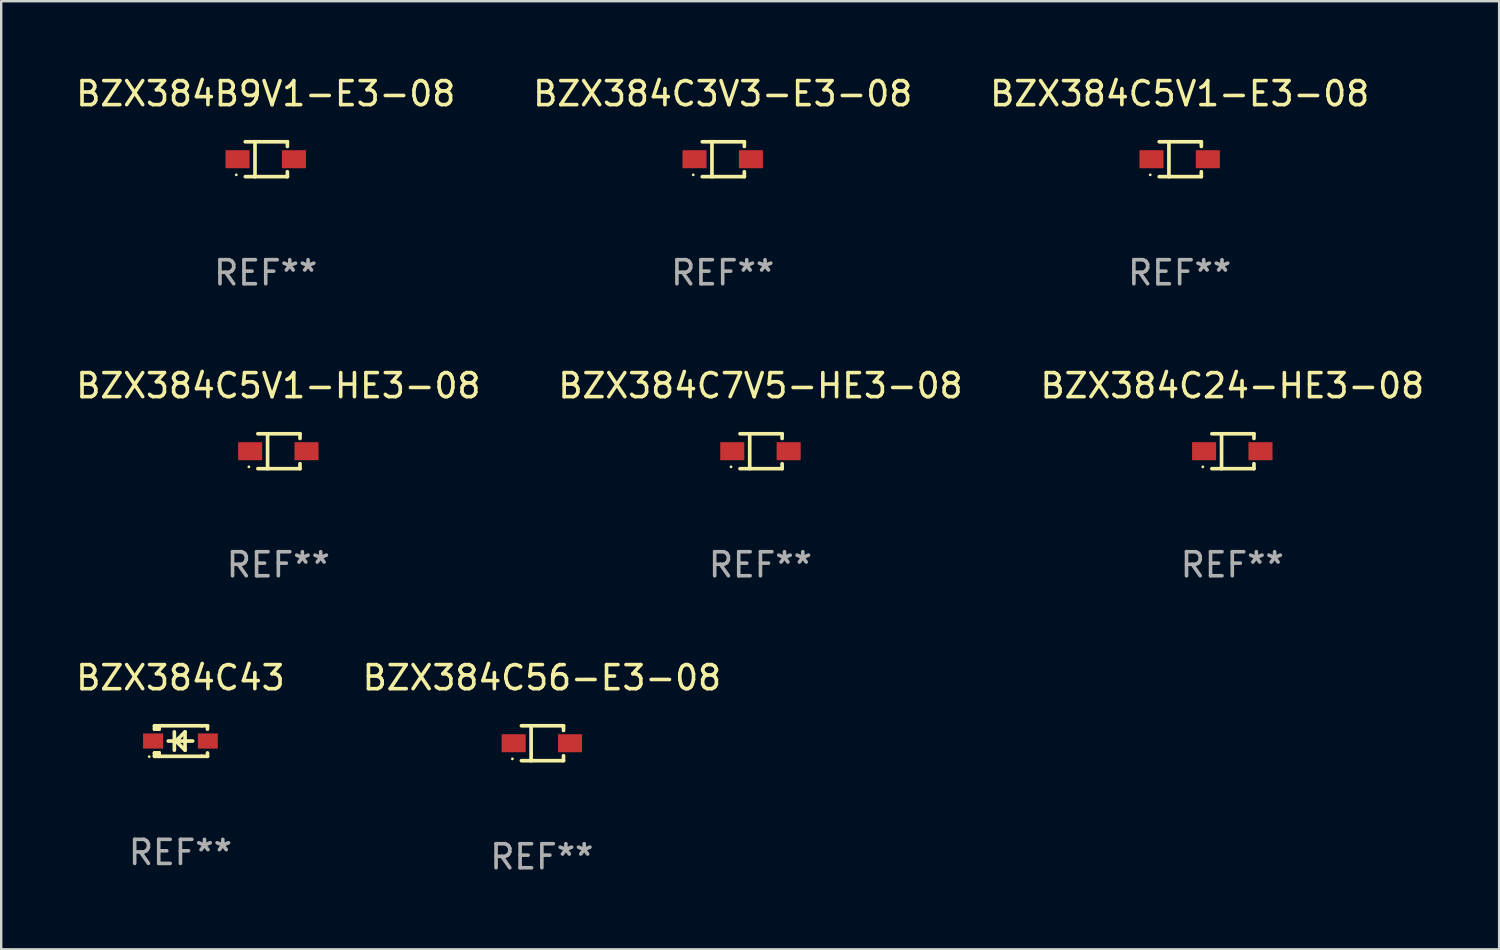
<source format=kicad_pcb>
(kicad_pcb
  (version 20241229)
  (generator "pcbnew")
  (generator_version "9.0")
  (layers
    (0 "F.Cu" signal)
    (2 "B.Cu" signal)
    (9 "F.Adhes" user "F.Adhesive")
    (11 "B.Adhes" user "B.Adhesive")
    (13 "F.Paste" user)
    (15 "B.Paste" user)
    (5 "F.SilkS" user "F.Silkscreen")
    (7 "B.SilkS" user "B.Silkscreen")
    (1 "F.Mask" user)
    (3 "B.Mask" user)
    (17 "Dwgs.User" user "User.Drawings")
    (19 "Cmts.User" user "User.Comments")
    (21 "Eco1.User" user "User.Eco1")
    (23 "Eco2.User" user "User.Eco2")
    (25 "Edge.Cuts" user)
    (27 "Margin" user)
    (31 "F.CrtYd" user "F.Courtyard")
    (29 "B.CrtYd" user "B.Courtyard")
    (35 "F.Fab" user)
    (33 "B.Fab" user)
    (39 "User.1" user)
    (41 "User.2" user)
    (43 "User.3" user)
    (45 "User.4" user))
  (footprint "BZX384C24-HE3-08"
    (layer "F.Cu")
    (at 48.22 15.723)
    (property "Reference" "BZX384C24-HE3-08" (at 0 -2.726 0) (layer "F.SilkS") (effects (font (size 1 1) (thickness 0.15))))
    (attr through_hole)
    (fp_line (start -0.851 -0.726) (end 0.901 -0.726) (stroke (width 0.152) (type solid)) (layer "F.SilkS"))
    (fp_line (start -0.851 0.726) (end 0.901 0.726) (stroke (width 0.152) (type solid)) (layer "F.SilkS"))
    (fp_line (start -0.447 -0.726) (end -0.447 0.726) (stroke (width 0.152) (type solid)) (layer "F.SilkS"))
    (fp_line (start 0.901 -0.726) (end 0.901 -0.53) (stroke (width 0.152) (type solid)) (layer "F.SilkS"))
    (fp_line (start 0.901 0.726) (end 0.901 0.52) (stroke (width 0.152) (type solid)) (layer "F.SilkS"))
    (fp_circle (center -1.225 0.65) (end -1.195 0.65) (stroke (width 0.06) (type solid)) (fill no) (layer "F.SilkS"))
    (fp_text user "REF**" (at 0 4.726 0) (layer "F.Fab") (effects (font (size 1 1) (thickness 0.15))))
    (pad "1" smd rect (at -1.173 0) (size 1 0.75) (layers "F.Cu" "F.Mask" "F.Paste"))
    (pad "2" smd rect (at 1.173 0) (size 1 0.75) (layers "F.Cu" "F.Mask" "F.Paste")))
  (footprint "BZX384C56-E3-08"
    (layer "F.Cu")
    (at 19.494 27.872)
    (property "Reference" "BZX384C56-E3-08" (at 0 -2.726 0) (layer "F.SilkS") (effects (font (size 1 1) (thickness 0.15))))
    (attr through_hole)
    (fp_line (start -0.851 -0.726) (end 0.901 -0.726) (stroke (width 0.152) (type solid)) (layer "F.SilkS"))
    (fp_line (start -0.851 0.726) (end 0.901 0.726) (stroke (width 0.152) (type solid)) (layer "F.SilkS"))
    (fp_line (start -0.447 -0.726) (end -0.447 0.726) (stroke (width 0.152) (type solid)) (layer "F.SilkS"))
    (fp_line (start 0.901 -0.726) (end 0.901 -0.53) (stroke (width 0.152) (type solid)) (layer "F.SilkS"))
    (fp_line (start 0.901 0.726) (end 0.901 0.52) (stroke (width 0.152) (type solid)) (layer "F.SilkS"))
    (fp_circle (center -1.225 0.65) (end -1.195 0.65) (stroke (width 0.06) (type solid)) (fill no) (layer "F.SilkS"))
    (fp_text user "REF**" (at 0 4.726 0) (layer "F.Fab") (effects (font (size 1 1) (thickness 0.15))))
    (pad "1" smd rect (at -1.173 0) (size 1 0.75) (layers "F.Cu" "F.Mask" "F.Paste"))
    (pad "2" smd rect (at 1.173 0) (size 1 0.75) (layers "F.Cu" "F.Mask" "F.Paste")))
  (footprint "BZX384C43"
    (layer "F.Cu")
    (at 4.458 27.781)
    (property "Reference" "BZX384C43" (at 0 -2.635 0) (layer "F.SilkS") (effects (font (size 1 1) (thickness 0.15))))
    (attr through_hole)
    (fp_line (start -1.08 -0.635) (end -1.08 -0.495) (stroke (width 0.152) (type solid)) (layer "F.SilkS"))
    (fp_line (start -1.08 0.495) (end -1.08 0.635) (stroke (width 0.152) (type solid)) (layer "F.SilkS"))
    (fp_line (start -1.08 0.495) (end -0.889 0.495) (stroke (width 0.152) (type solid)) (layer "F.SilkS"))
    (fp_line (start -1.08 0.635) (end -0.889 0.635) (stroke (width 0.152) (type solid)) (layer "F.SilkS"))
    (fp_line (start -1.003 0.635) (end -0.986 0.635) (stroke (width 0.152) (type solid)) (layer "F.SilkS"))
    (fp_line (start -0.986 -0.495) (end -0.986 -0.635) (stroke (width 0.152) (type solid)) (layer "F.SilkS"))
    (fp_line (start -0.986 0.635) (end -0.986 0.495) (stroke (width 0.152) (type solid)) (layer "F.SilkS"))
    (fp_line (start -0.889 -0.635) (end -1.08 -0.635) (stroke (width 0.152) (type solid)) (layer "F.SilkS"))
    (fp_line (start -0.889 -0.635) (end -0.889 -0.595) (stroke (width 0.152) (type solid)) (layer "F.SilkS"))
    (fp_line (start -0.889 -0.635) (end 0.889 -0.635) (stroke (width 0.152) (type solid)) (layer "F.SilkS"))
    (fp_line (start -0.889 -0.595) (end -0.889 -0.495) (stroke (width 0.152) (type solid)) (layer "F.SilkS"))
    (fp_line (start -0.889 -0.495) (end -1.08 -0.495) (stroke (width 0.152) (type solid)) (layer "F.SilkS"))
    (fp_line (start -0.889 0.495) (end -0.889 0.595) (stroke (width 0.152) (type solid)) (layer "F.SilkS"))
    (fp_line (start -0.889 0.495) (end -0.889 0.495) (stroke (width 0.152) (type solid)) (layer "F.SilkS"))
    (fp_line (start -0.889 0.595) (end -0.889 0.635) (stroke (width 0.152) (type solid)) (layer "F.SilkS"))
    (fp_line (start -0.889 0.635) (end 0.889 0.635) (stroke (width 0.152) (type solid)) (layer "F.SilkS"))
    (fp_line (start -0.254 -0.381) (end -0.254 0.381) (stroke (width 0.152) (type solid)) (layer "F.SilkS"))
    (fp_line (start -0.191 0) (end -0.191 0) (stroke (width 0.152) (type solid)) (layer "F.SilkS"))
    (fp_line (start -0.191 0) (end 0.191 -0.381) (stroke (width 0.152) (type solid)) (layer "F.SilkS"))
    (fp_line (start 0.191 -0.381) (end 0.191 0.381) (stroke (width 0.152) (type solid)) (layer "F.SilkS"))
    (fp_line (start 0.191 0.381) (end -0.191 0) (stroke (width 0.152) (type solid)) (layer "F.SilkS"))
    (fp_line (start 0.508 0) (end -0.508 0) (stroke (width 0.152) (type solid)) (layer "F.SilkS"))
    (fp_line (start 0.889 -0.635) (end 1.125 -0.635) (stroke (width 0.152) (type solid)) (layer "F.SilkS"))
    (fp_line (start 1.125 -0.635) (end 1.125 -0.495) (stroke (width 0.152) (type solid)) (layer "F.SilkS"))
    (fp_line (start 1.125 0.495) (end 1.125 0.635) (stroke (width 0.152) (type solid)) (layer "F.SilkS"))
    (fp_line (start 1.125 0.635) (end 0.889 0.635) (stroke (width 0.152) (type solid)) (layer "F.SilkS"))
    (fp_circle (center -1.3 0.65) (end -1.27 0.65) (stroke (width 0.06) (type solid)) (fill no) (layer "F.SilkS"))
    (fp_text user "REF**" (at 0 4.635 0) (layer "F.Fab") (effects (font (size 1 1) (thickness 0.15))))
    (pad "1" smd rect (at -1.14 0 90) (size 0.63 0.83) (layers "F.Cu" "F.Mask" "F.Paste"))
    (pad "2" smd rect (at 1.14 0 90) (size 0.63 0.83) (layers "F.Cu" "F.Mask" "F.Paste")))
  (footprint "BZX384C3V3-E3-08"
    (layer "F.Cu")
    (at 27.018 3.574)
    (property "Reference" "BZX384C3V3-E3-08" (at 0 -2.726 0) (layer "F.SilkS") (effects (font (size 1 1) (thickness 0.15))))
    (attr through_hole)
    (fp_line (start -0.851 -0.726) (end 0.901 -0.726) (stroke (width 0.152) (type solid)) (layer "F.SilkS"))
    (fp_line (start -0.851 0.726) (end 0.901 0.726) (stroke (width 0.152) (type solid)) (layer "F.SilkS"))
    (fp_line (start -0.447 -0.726) (end -0.447 0.726) (stroke (width 0.152) (type solid)) (layer "F.SilkS"))
    (fp_line (start 0.901 -0.726) (end 0.901 -0.53) (stroke (width 0.152) (type solid)) (layer "F.SilkS"))
    (fp_line (start 0.901 0.726) (end 0.901 0.52) (stroke (width 0.152) (type solid)) (layer "F.SilkS"))
    (fp_circle (center -1.225 0.65) (end -1.195 0.65) (stroke (width 0.06) (type solid)) (fill no) (layer "F.SilkS"))
    (fp_text user "REF**" (at 0 4.726 0) (layer "F.Fab") (effects (font (size 1 1) (thickness 0.15))))
    (pad "1" smd rect (at -1.173 0) (size 1 0.75) (layers "F.Cu" "F.Mask" "F.Paste"))
    (pad "2" smd rect (at 1.173 0) (size 1 0.75) (layers "F.Cu" "F.Mask" "F.Paste")))
  (footprint "BZX384C5V1-HE3-08"
    (layer "F.Cu")
    (at 8.53 15.723)
    (property "Reference" "BZX384C5V1-HE3-08" (at 0 -2.726 0) (layer "F.SilkS") (effects (font (size 1 1) (thickness 0.15))))
    (attr through_hole)
    (fp_line (start -0.851 -0.726) (end 0.901 -0.726) (stroke (width 0.152) (type solid)) (layer "F.SilkS"))
    (fp_line (start -0.851 0.726) (end 0.901 0.726) (stroke (width 0.152) (type solid)) (layer "F.SilkS"))
    (fp_line (start -0.447 -0.726) (end -0.447 0.726) (stroke (width 0.152) (type solid)) (layer "F.SilkS"))
    (fp_line (start 0.901 -0.726) (end 0.901 -0.53) (stroke (width 0.152) (type solid)) (layer "F.SilkS"))
    (fp_line (start 0.901 0.726) (end 0.901 0.52) (stroke (width 0.152) (type solid)) (layer "F.SilkS"))
    (fp_circle (center -1.225 0.65) (end -1.195 0.65) (stroke (width 0.06) (type solid)) (fill no) (layer "F.SilkS"))
    (fp_text user "REF**" (at 0 4.726 0) (layer "F.Fab") (effects (font (size 1 1) (thickness 0.15))))
    (pad "1" smd rect (at -1.173 0) (size 1 0.75) (layers "F.Cu" "F.Mask" "F.Paste"))
    (pad "2" smd rect (at 1.173 0) (size 1 0.75) (layers "F.Cu" "F.Mask" "F.Paste")))
  (footprint "BZX384B9V1-E3-08"
    (layer "F.Cu")
    (at 8.006 3.574)
    (property "Reference" "BZX384B9V1-E3-08" (at 0 -2.726 0) (layer "F.SilkS") (effects (font (size 1 1) (thickness 0.15))))
    (attr through_hole)
    (fp_line (start -0.851 -0.726) (end 0.901 -0.726) (stroke (width 0.152) (type solid)) (layer "F.SilkS"))
    (fp_line (start -0.851 0.726) (end 0.901 0.726) (stroke (width 0.152) (type solid)) (layer "F.SilkS"))
    (fp_line (start -0.447 -0.726) (end -0.447 0.726) (stroke (width 0.152) (type solid)) (layer "F.SilkS"))
    (fp_line (start 0.901 -0.726) (end 0.901 -0.53) (stroke (width 0.152) (type solid)) (layer "F.SilkS"))
    (fp_line (start 0.901 0.726) (end 0.901 0.52) (stroke (width 0.152) (type solid)) (layer "F.SilkS"))
    (fp_circle (center -1.225 0.65) (end -1.195 0.65) (stroke (width 0.06) (type solid)) (fill no) (layer "F.SilkS"))
    (fp_text user "REF**" (at 0 4.726 0) (layer "F.Fab") (effects (font (size 1 1) (thickness 0.15))))
    (pad "1" smd rect (at -1.173 0) (size 1 0.75) (layers "F.Cu" "F.Mask" "F.Paste"))
    (pad "2" smd rect (at 1.173 0) (size 1 0.75) (layers "F.Cu" "F.Mask" "F.Paste")))
  (footprint "BZX384C7V5-HE3-08"
    (layer "F.Cu")
    (at 28.589 15.723)
    (property "Reference" "BZX384C7V5-HE3-08" (at 0 -2.726 0) (layer "F.SilkS") (effects (font (size 1 1) (thickness 0.15))))
    (attr through_hole)
    (fp_line (start -0.851 -0.726) (end 0.901 -0.726) (stroke (width 0.152) (type solid)) (layer "F.SilkS"))
    (fp_line (start -0.851 0.726) (end 0.901 0.726) (stroke (width 0.152) (type solid)) (layer "F.SilkS"))
    (fp_line (start -0.447 -0.726) (end -0.447 0.726) (stroke (width 0.152) (type solid)) (layer "F.SilkS"))
    (fp_line (start 0.901 -0.726) (end 0.901 -0.53) (stroke (width 0.152) (type solid)) (layer "F.SilkS"))
    (fp_line (start 0.901 0.726) (end 0.901 0.52) (stroke (width 0.152) (type solid)) (layer "F.SilkS"))
    (fp_circle (center -1.225 0.65) (end -1.195 0.65) (stroke (width 0.06) (type solid)) (fill no) (layer "F.SilkS"))
    (fp_text user "REF**" (at 0 4.726 0) (layer "F.Fab") (effects (font (size 1 1) (thickness 0.15))))
    (pad "1" smd rect (at -1.173 0) (size 1 0.75) (layers "F.Cu" "F.Mask" "F.Paste"))
    (pad "2" smd rect (at 1.173 0) (size 1 0.75) (layers "F.Cu" "F.Mask" "F.Paste")))
  (footprint "BZX384C5V1-E3-08"
    (layer "F.Cu")
    (at 46.03 3.574)
    (property "Reference" "BZX384C5V1-E3-08" (at 0 -2.726 0) (layer "F.SilkS") (effects (font (size 1 1) (thickness 0.15))))
    (attr through_hole)
    (fp_line (start -0.851 -0.726) (end 0.901 -0.726) (stroke (width 0.152) (type solid)) (layer "F.SilkS"))
    (fp_line (start -0.851 0.726) (end 0.901 0.726) (stroke (width 0.152) (type solid)) (layer "F.SilkS"))
    (fp_line (start -0.447 -0.726) (end -0.447 0.726) (stroke (width 0.152) (type solid)) (layer "F.SilkS"))
    (fp_line (start 0.901 -0.726) (end 0.901 -0.53) (stroke (width 0.152) (type solid)) (layer "F.SilkS"))
    (fp_line (start 0.901 0.726) (end 0.901 0.52) (stroke (width 0.152) (type solid)) (layer "F.SilkS"))
    (fp_circle (center -1.225 0.65) (end -1.195 0.65) (stroke (width 0.06) (type solid)) (fill no) (layer "F.SilkS"))
    (fp_text user "REF**" (at 0 4.726 0) (layer "F.Fab") (effects (font (size 1 1) (thickness 0.15))))
    (pad "1" smd rect (at -1.173 0) (size 1 0.75) (layers "F.Cu" "F.Mask" "F.Paste"))
    (pad "2" smd rect (at 1.173 0) (size 1 0.75) (layers "F.Cu" "F.Mask" "F.Paste")))
  (gr_rect
    (start -3 -3)
    (end 59.321 36.447)
    (stroke (width 0.1) (type default))
    (fill no)
    (layer "Edge.Cuts")))
</source>
